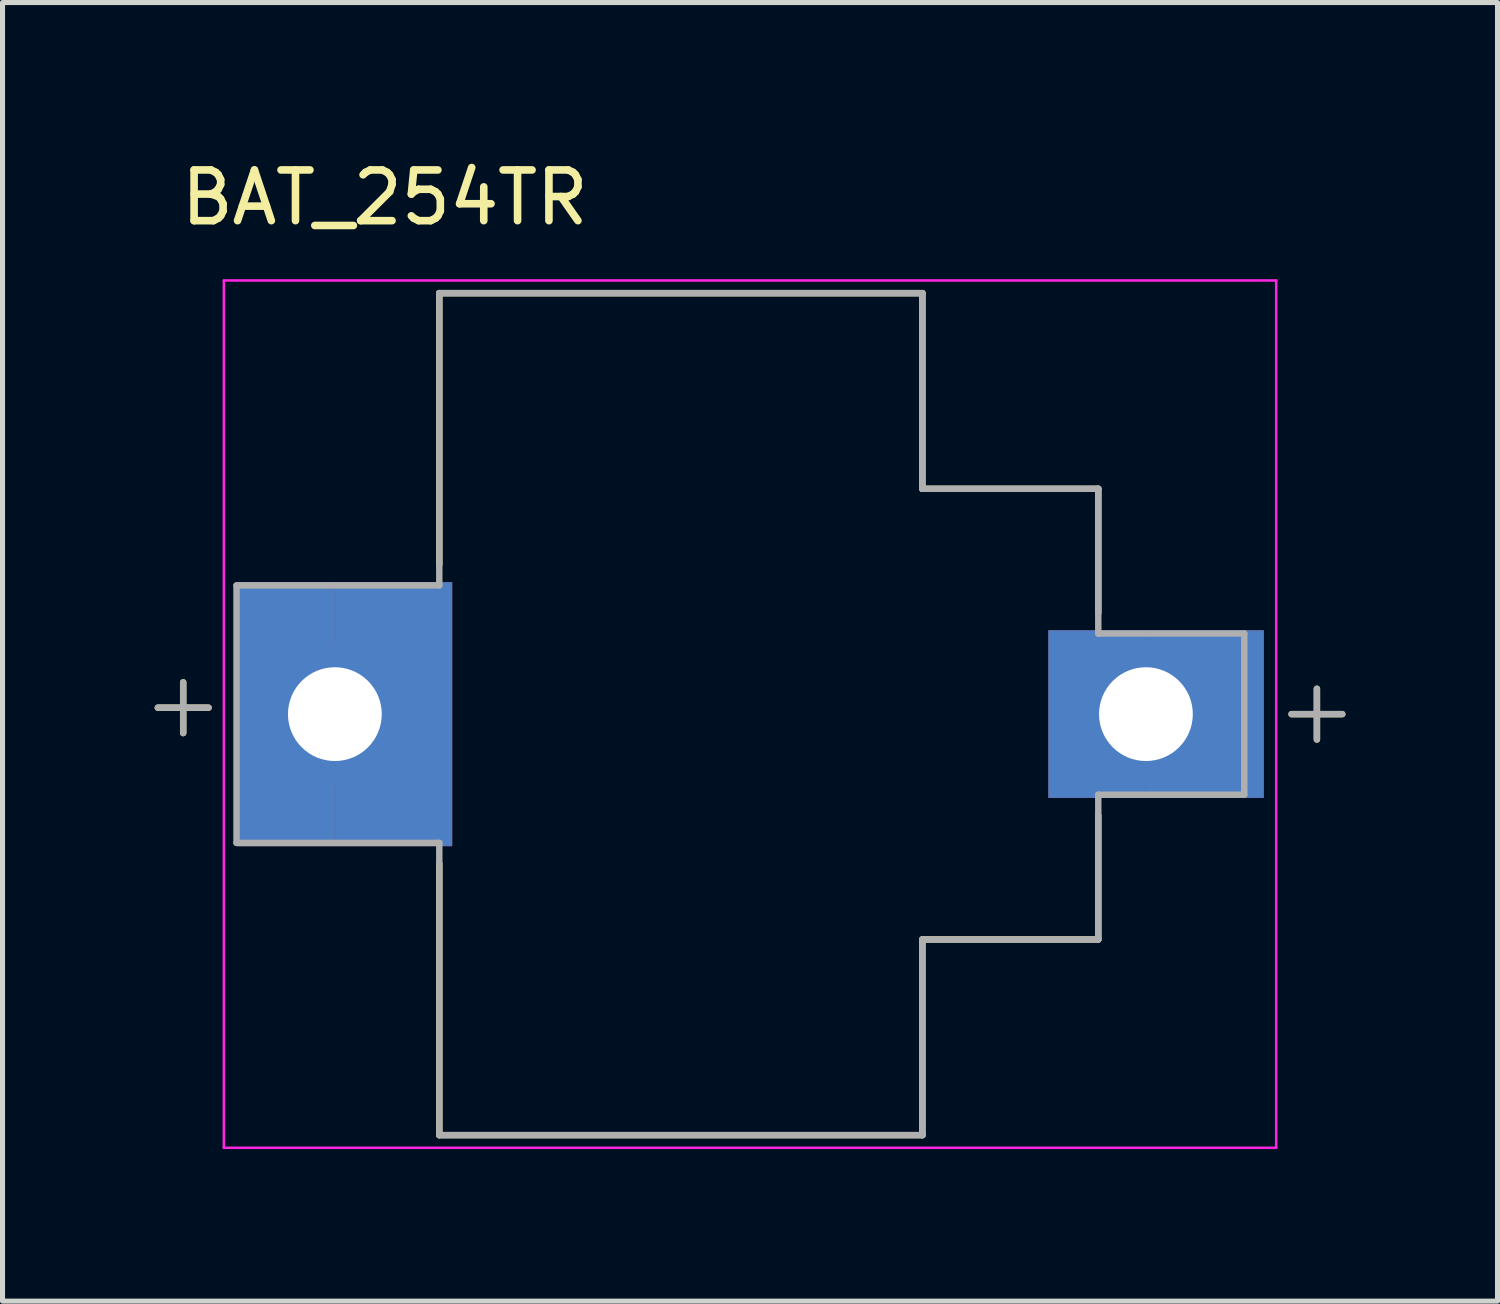
<source format=kicad_pcb>
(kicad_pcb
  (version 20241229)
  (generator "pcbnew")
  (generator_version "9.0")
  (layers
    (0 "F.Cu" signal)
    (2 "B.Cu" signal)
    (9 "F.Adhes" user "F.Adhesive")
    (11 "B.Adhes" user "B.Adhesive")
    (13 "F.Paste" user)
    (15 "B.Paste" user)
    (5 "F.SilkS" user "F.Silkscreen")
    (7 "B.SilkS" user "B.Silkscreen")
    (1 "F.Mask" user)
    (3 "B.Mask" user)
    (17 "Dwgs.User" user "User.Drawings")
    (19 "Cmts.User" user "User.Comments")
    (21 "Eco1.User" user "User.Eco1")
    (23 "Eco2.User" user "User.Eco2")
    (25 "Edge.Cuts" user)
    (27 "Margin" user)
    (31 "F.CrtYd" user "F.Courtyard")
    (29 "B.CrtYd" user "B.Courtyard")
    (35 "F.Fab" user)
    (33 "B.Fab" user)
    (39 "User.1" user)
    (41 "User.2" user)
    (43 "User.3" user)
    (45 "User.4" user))
  (footprint "BAT_254TR"
    (layer "F.Cu")
    (at 11.556 11.038)
    (property "Reference" "BAT_254TR" (at -7.015 -10.19 0) (layer "F.SilkS") (effects (font (size 1 1) (thickness 0.15))))
    (attr through_hole)
    (fp_poly (pts (xy -8 0.925) (xy -8 2.6) (xy -9.93 2.6) (xy -9.93 -2.6) (xy -8 -2.6) (xy -8 -0.925) (xy -8.048 -0.924) (xy -8.097 -0.92) (xy -8.145 -0.914) (xy -8.192 -0.905) (xy -8.239 -0.893) (xy -8.286 -0.88) (xy -8.331 -0.864) (xy -8.376 -0.845) (xy -8.42 -0.824) (xy -8.463 -0.801) (xy -8.504 -0.776) (xy -8.544 -0.748) (xy -8.582 -0.719) (xy -8.619 -0.687) (xy -8.654 -0.654) (xy -8.687 -0.619) (xy -8.719 -0.582) (xy -8.748 -0.544) (xy -8.776 -0.504) (xy -8.801 -0.462) (xy -8.824 -0.42) (xy -8.845 -0.376) (xy -8.864 -0.331) (xy -8.88 -0.286) (xy -8.893 -0.239) (xy -8.905 -0.192) (xy -8.914 -0.145) (xy -8.92 -0.097) (xy -8.924 -0.048) (xy -8.925 0) (xy -8.924 0.048) (xy -8.92 0.097) (xy -8.914 0.145) (xy -8.905 0.192) (xy -8.893 0.239) (xy -8.88 0.286) (xy -8.864 0.331) (xy -8.845 0.376) (xy -8.824 0.42) (xy -8.801 0.462) (xy -8.776 0.504) (xy -8.748 0.544) (xy -8.719 0.582) (xy -8.687 0.619) (xy -8.654 0.654) (xy -8.619 0.687) (xy -8.582 0.719) (xy -8.544 0.748) (xy -8.504 0.776) (xy -8.463 0.801) (xy -8.42 0.824) (xy -8.376 0.845) (xy -8.331 0.864) (xy -8.286 0.88) (xy -8.239 0.893) (xy -8.192 0.905) (xy -8.145 0.914) (xy -8.097 0.92) (xy -8.048 0.924) (xy -8 0.925)) (stroke (width 0.01) (type solid)) (fill yes) (layer "F.Cu"))
    (fp_poly (pts (xy 8 -0.925) (xy 8 -1.65) (xy 10.32 -1.65) (xy 10.32 1.65) (xy 8 1.65) (xy 8 0.925) (xy 8.048 0.924) (xy 8.097 0.92) (xy 8.145 0.914) (xy 8.192 0.905) (xy 8.239 0.893) (xy 8.286 0.88) (xy 8.331 0.864) (xy 8.376 0.845) (xy 8.42 0.824) (xy 8.463 0.801) (xy 8.504 0.776) (xy 8.544 0.748) (xy 8.582 0.719) (xy 8.619 0.687) (xy 8.654 0.654) (xy 8.687 0.619) (xy 8.719 0.582) (xy 8.748 0.544) (xy 8.776 0.504) (xy 8.801 0.462) (xy 8.824 0.42) (xy 8.845 0.376) (xy 8.864 0.331) (xy 8.88 0.286) (xy 8.893 0.239) (xy 8.905 0.192) (xy 8.914 0.145) (xy 8.92 0.097) (xy 8.924 0.048) (xy 8.925 0) (xy 8.924 -0.048) (xy 8.92 -0.097) (xy 8.914 -0.145) (xy 8.905 -0.192) (xy 8.893 -0.239) (xy 8.88 -0.286) (xy 8.864 -0.331) (xy 8.845 -0.376) (xy 8.824 -0.42) (xy 8.801 -0.462) (xy 8.776 -0.504) (xy 8.748 -0.544) (xy 8.719 -0.582) (xy 8.687 -0.619) (xy 8.654 -0.654) (xy 8.619 -0.687) (xy 8.582 -0.719) (xy 8.544 -0.748) (xy 8.504 -0.776) (xy 8.463 -0.801) (xy 8.42 -0.824) (xy 8.376 -0.845) (xy 8.331 -0.864) (xy 8.286 -0.88) (xy 8.239 -0.893) (xy 8.192 -0.905) (xy 8.145 -0.914) (xy 8.097 -0.92) (xy 8.048 -0.924) (xy 8 -0.925)) (stroke (width 0.01) (type solid)) (fill yes) (layer "F.Cu"))
    (fp_poly (pts (xy -7.995 -0.925) (xy -7.995 -2.6) (xy -5.69 -2.6) (xy -5.69 2.6) (xy -7.995 2.6) (xy -7.995 0.925) (xy -7.947 0.924) (xy -7.899 0.92) (xy -7.851 0.914) (xy -7.804 0.905) (xy -7.757 0.894) (xy -7.711 0.88) (xy -7.665 0.864) (xy -7.621 0.845) (xy -7.577 0.825) (xy -7.535 0.802) (xy -7.494 0.777) (xy -7.454 0.749) (xy -7.416 0.72) (xy -7.379 0.689) (xy -7.344 0.656) (xy -7.311 0.621) (xy -7.28 0.584) (xy -7.251 0.546) (xy -7.223 0.506) (xy -7.198 0.465) (xy -7.175 0.423) (xy -7.155 0.379) (xy -7.136 0.335) (xy -7.12 0.289) (xy -7.106 0.243) (xy -7.095 0.196) (xy -7.086 0.149) (xy -7.08 0.101) (xy -7.076 0.053) (xy -7.075 0.005) (xy -7.075 -0.005) (xy -7.076 -0.053) (xy -7.08 -0.101) (xy -7.086 -0.149) (xy -7.095 -0.196) (xy -7.106 -0.243) (xy -7.12 -0.289) (xy -7.136 -0.335) (xy -7.155 -0.379) (xy -7.175 -0.423) (xy -7.198 -0.465) (xy -7.223 -0.506) (xy -7.251 -0.546) (xy -7.28 -0.584) (xy -7.311 -0.621) (xy -7.344 -0.656) (xy -7.379 -0.689) (xy -7.416 -0.72) (xy -7.454 -0.749) (xy -7.494 -0.777) (xy -7.535 -0.802) (xy -7.577 -0.825) (xy -7.621 -0.845) (xy -7.665 -0.864) (xy -7.711 -0.88) (xy -7.757 -0.894) (xy -7.804 -0.905) (xy -7.851 -0.914) (xy -7.899 -0.92) (xy -7.947 -0.924) (xy -7.995 -0.925)) (stroke (width 0.01) (type solid)) (fill yes) (layer "F.Cu"))
    (fp_poly (pts (xy 7.995 0.925) (xy 7.995 1.65) (xy 6.08 1.65) (xy 6.08 -1.65) (xy 7.995 -1.65) (xy 7.995 -0.925) (xy 7.947 -0.924) (xy 7.899 -0.92) (xy 7.851 -0.914) (xy 7.804 -0.905) (xy 7.757 -0.894) (xy 7.711 -0.88) (xy 7.665 -0.864) (xy 7.621 -0.845) (xy 7.577 -0.825) (xy 7.535 -0.802) (xy 7.494 -0.777) (xy 7.454 -0.749) (xy 7.416 -0.72) (xy 7.379 -0.689) (xy 7.344 -0.656) (xy 7.311 -0.621) (xy 7.28 -0.584) (xy 7.251 -0.546) (xy 7.223 -0.506) (xy 7.198 -0.465) (xy 7.175 -0.423) (xy 7.155 -0.379) (xy 7.136 -0.335) (xy 7.12 -0.289) (xy 7.106 -0.243) (xy 7.095 -0.196) (xy 7.086 -0.149) (xy 7.08 -0.101) (xy 7.076 -0.053) (xy 7.075 -0.005) (xy 7.075 0.005) (xy 7.076 0.053) (xy 7.08 0.101) (xy 7.086 0.149) (xy 7.095 0.196) (xy 7.106 0.243) (xy 7.12 0.289) (xy 7.136 0.335) (xy 7.155 0.379) (xy 7.175 0.423) (xy 7.198 0.465) (xy 7.223 0.506) (xy 7.251 0.546) (xy 7.28 0.584) (xy 7.311 0.621) (xy 7.344 0.656) (xy 7.379 0.689) (xy 7.416 0.72) (xy 7.454 0.749) (xy 7.494 0.777) (xy 7.535 0.802) (xy 7.577 0.825) (xy 7.621 0.845) (xy 7.665 0.864) (xy 7.711 0.88) (xy 7.757 0.894) (xy 7.804 0.905) (xy 7.851 0.914) (xy 7.899 0.92) (xy 7.947 0.924) (xy 7.995 0.925)) (stroke (width 0.01) (type solid)) (fill yes) (layer "F.Cu"))
    (fp_poly (pts (xy -10.03 -2.7) (xy -5.59 -2.7) (xy -5.59 2.7) (xy -10.03 2.7)) (stroke (width 0.01) (type solid)) (fill yes) (layer "F.Mask"))
    (fp_poly (pts (xy 5.98 -1.75) (xy 10.42 -1.75) (xy 10.42 1.75) (xy 5.98 1.75)) (stroke (width 0.01) (type solid)) (fill yes) (layer "F.Mask"))
    (fp_poly (pts (xy -8 0.925) (xy -8 2.6) (xy -9.93 2.6) (xy -9.93 -2.6) (xy -8 -2.6) (xy -8 -0.925) (xy -8.048 -0.924) (xy -8.097 -0.92) (xy -8.145 -0.914) (xy -8.192 -0.905) (xy -8.239 -0.893) (xy -8.286 -0.88) (xy -8.331 -0.864) (xy -8.376 -0.845) (xy -8.42 -0.824) (xy -8.463 -0.801) (xy -8.504 -0.776) (xy -8.544 -0.748) (xy -8.582 -0.719) (xy -8.619 -0.687) (xy -8.654 -0.654) (xy -8.687 -0.619) (xy -8.719 -0.582) (xy -8.748 -0.544) (xy -8.776 -0.504) (xy -8.801 -0.462) (xy -8.824 -0.42) (xy -8.845 -0.376) (xy -8.864 -0.331) (xy -8.88 -0.286) (xy -8.893 -0.239) (xy -8.905 -0.192) (xy -8.914 -0.145) (xy -8.92 -0.097) (xy -8.924 -0.048) (xy -8.925 0) (xy -8.924 0.048) (xy -8.92 0.097) (xy -8.914 0.145) (xy -8.905 0.192) (xy -8.893 0.239) (xy -8.88 0.286) (xy -8.864 0.331) (xy -8.845 0.376) (xy -8.824 0.42) (xy -8.801 0.462) (xy -8.776 0.504) (xy -8.748 0.544) (xy -8.719 0.582) (xy -8.687 0.619) (xy -8.654 0.654) (xy -8.619 0.687) (xy -8.582 0.719) (xy -8.544 0.748) (xy -8.504 0.776) (xy -8.463 0.801) (xy -8.42 0.824) (xy -8.376 0.845) (xy -8.331 0.864) (xy -8.286 0.88) (xy -8.239 0.893) (xy -8.192 0.905) (xy -8.145 0.914) (xy -8.097 0.92) (xy -8.048 0.924) (xy -8 0.925)) (stroke (width 0.01) (type solid)) (fill yes) (layer "B.Cu"))
    (fp_poly (pts (xy 8 -0.925) (xy 8 -1.65) (xy 10.32 -1.65) (xy 10.32 1.65) (xy 8 1.65) (xy 8 0.925) (xy 8.048 0.924) (xy 8.097 0.92) (xy 8.145 0.914) (xy 8.192 0.905) (xy 8.239 0.893) (xy 8.286 0.88) (xy 8.331 0.864) (xy 8.376 0.845) (xy 8.42 0.824) (xy 8.463 0.801) (xy 8.504 0.776) (xy 8.544 0.748) (xy 8.582 0.719) (xy 8.619 0.687) (xy 8.654 0.654) (xy 8.687 0.619) (xy 8.719 0.582) (xy 8.748 0.544) (xy 8.776 0.504) (xy 8.801 0.462) (xy 8.824 0.42) (xy 8.845 0.376) (xy 8.864 0.331) (xy 8.88 0.286) (xy 8.893 0.239) (xy 8.905 0.192) (xy 8.914 0.145) (xy 8.92 0.097) (xy 8.924 0.048) (xy 8.925 0) (xy 8.924 -0.048) (xy 8.92 -0.097) (xy 8.914 -0.145) (xy 8.905 -0.192) (xy 8.893 -0.239) (xy 8.88 -0.286) (xy 8.864 -0.331) (xy 8.845 -0.376) (xy 8.824 -0.42) (xy 8.801 -0.462) (xy 8.776 -0.504) (xy 8.748 -0.544) (xy 8.719 -0.582) (xy 8.687 -0.619) (xy 8.654 -0.654) (xy 8.619 -0.687) (xy 8.582 -0.719) (xy 8.544 -0.748) (xy 8.504 -0.776) (xy 8.463 -0.801) (xy 8.42 -0.824) (xy 8.376 -0.845) (xy 8.331 -0.864) (xy 8.286 -0.88) (xy 8.239 -0.893) (xy 8.192 -0.905) (xy 8.145 -0.914) (xy 8.097 -0.92) (xy 8.048 -0.924) (xy 8 -0.925)) (stroke (width 0.01) (type solid)) (fill yes) (layer "B.Cu"))
    (fp_poly (pts (xy -7.995 -0.925) (xy -7.995 -2.6) (xy -5.69 -2.6) (xy -5.69 2.6) (xy -7.995 2.6) (xy -7.995 0.925) (xy -7.947 0.924) (xy -7.899 0.92) (xy -7.851 0.914) (xy -7.804 0.905) (xy -7.757 0.894) (xy -7.711 0.88) (xy -7.665 0.864) (xy -7.621 0.845) (xy -7.577 0.825) (xy -7.535 0.802) (xy -7.494 0.777) (xy -7.454 0.749) (xy -7.416 0.72) (xy -7.379 0.689) (xy -7.344 0.656) (xy -7.311 0.621) (xy -7.28 0.584) (xy -7.251 0.546) (xy -7.223 0.506) (xy -7.198 0.465) (xy -7.175 0.423) (xy -7.155 0.379) (xy -7.136 0.335) (xy -7.12 0.289) (xy -7.106 0.243) (xy -7.095 0.196) (xy -7.086 0.149) (xy -7.08 0.101) (xy -7.076 0.053) (xy -7.075 0.005) (xy -7.075 -0.005) (xy -7.076 -0.053) (xy -7.08 -0.101) (xy -7.086 -0.149) (xy -7.095 -0.196) (xy -7.106 -0.243) (xy -7.12 -0.289) (xy -7.136 -0.335) (xy -7.155 -0.379) (xy -7.175 -0.423) (xy -7.198 -0.465) (xy -7.223 -0.506) (xy -7.251 -0.546) (xy -7.28 -0.584) (xy -7.311 -0.621) (xy -7.344 -0.656) (xy -7.379 -0.689) (xy -7.416 -0.72) (xy -7.454 -0.749) (xy -7.494 -0.777) (xy -7.535 -0.802) (xy -7.577 -0.825) (xy -7.621 -0.845) (xy -7.665 -0.864) (xy -7.711 -0.88) (xy -7.757 -0.894) (xy -7.804 -0.905) (xy -7.851 -0.914) (xy -7.899 -0.92) (xy -7.947 -0.924) (xy -7.995 -0.925)) (stroke (width 0.01) (type solid)) (fill yes) (layer "B.Cu"))
    (fp_poly (pts (xy 7.995 0.925) (xy 7.995 1.65) (xy 6.08 1.65) (xy 6.08 -1.65) (xy 7.995 -1.65) (xy 7.995 -0.925) (xy 7.947 -0.924) (xy 7.899 -0.92) (xy 7.851 -0.914) (xy 7.804 -0.905) (xy 7.757 -0.894) (xy 7.711 -0.88) (xy 7.665 -0.864) (xy 7.621 -0.845) (xy 7.577 -0.825) (xy 7.535 -0.802) (xy 7.494 -0.777) (xy 7.454 -0.749) (xy 7.416 -0.72) (xy 7.379 -0.689) (xy 7.344 -0.656) (xy 7.311 -0.621) (xy 7.28 -0.584) (xy 7.251 -0.546) (xy 7.223 -0.506) (xy 7.198 -0.465) (xy 7.175 -0.423) (xy 7.155 -0.379) (xy 7.136 -0.335) (xy 7.12 -0.289) (xy 7.106 -0.243) (xy 7.095 -0.196) (xy 7.086 -0.149) (xy 7.08 -0.101) (xy 7.076 -0.053) (xy 7.075 -0.005) (xy 7.075 0.005) (xy 7.076 0.053) (xy 7.08 0.101) (xy 7.086 0.149) (xy 7.095 0.196) (xy 7.106 0.243) (xy 7.12 0.289) (xy 7.136 0.335) (xy 7.155 0.379) (xy 7.175 0.423) (xy 7.198 0.465) (xy 7.223 0.506) (xy 7.251 0.546) (xy 7.28 0.584) (xy 7.311 0.621) (xy 7.344 0.656) (xy 7.379 0.689) (xy 7.416 0.72) (xy 7.454 0.749) (xy 7.494 0.777) (xy 7.535 0.802) (xy 7.577 0.825) (xy 7.621 0.845) (xy 7.665 0.864) (xy 7.711 0.88) (xy 7.757 0.894) (xy 7.804 0.905) (xy 7.851 0.914) (xy 7.899 0.92) (xy 7.947 0.924) (xy 7.995 0.925)) (stroke (width 0.01) (type solid)) (fill yes) (layer "B.Cu"))
    (fp_poly (pts (xy -10.03 -2.7) (xy -5.59 -2.7) (xy -5.59 2.7) (xy -10.03 2.7)) (stroke (width 0.01) (type solid)) (fill yes) (layer "B.Mask"))
    (fp_poly (pts (xy 5.98 -1.75) (xy 10.42 -1.75) (xy 10.42 1.75) (xy 5.98 1.75)) (stroke (width 0.01) (type solid)) (fill yes) (layer "B.Mask"))
    (fp_line (start -10.992 -0.627) (end -10.992 0.373) (stroke (width 0.127) (type solid)) (layer "F.SilkS"))
    (fp_line (start -10.492 -0.127) (end -11.492 -0.127) (stroke (width 0.127) (type solid)) (layer "F.SilkS"))
    (fp_line (start -5.94 -8.305) (end 3.59 -8.305) (stroke (width 0.127) (type solid)) (layer "F.SilkS"))
    (fp_line (start -5.94 -2.95) (end -5.94 -8.305) (stroke (width 0.127) (type solid)) (layer "F.SilkS"))
    (fp_line (start -5.94 8.305) (end -5.94 2.95) (stroke (width 0.127) (type solid)) (layer "F.SilkS"))
    (fp_line (start 3.59 -8.305) (end 3.59 -4.445) (stroke (width 0.127) (type solid)) (layer "F.SilkS"))
    (fp_line (start 3.59 -4.445) (end 7.06 -4.445) (stroke (width 0.127) (type solid)) (layer "F.SilkS"))
    (fp_line (start 3.59 4.445) (end 3.59 8.305) (stroke (width 0.127) (type solid)) (layer "F.SilkS"))
    (fp_line (start 3.59 8.305) (end -5.94 8.305) (stroke (width 0.127) (type solid)) (layer "F.SilkS"))
    (fp_line (start 7.06 -4.445) (end 7.06 -2) (stroke (width 0.127) (type solid)) (layer "F.SilkS"))
    (fp_line (start 7.06 2) (end 7.06 4.445) (stroke (width 0.127) (type solid)) (layer "F.SilkS"))
    (fp_line (start 7.06 4.445) (end 3.59 4.445) (stroke (width 0.127) (type solid)) (layer "F.SilkS"))
    (fp_line (start 10.873 0) (end 11.873 0) (stroke (width 0.127) (type solid)) (layer "F.SilkS"))
    (fp_line (start 11.373 -0.5) (end 11.373 0.5) (stroke (width 0.127) (type solid)) (layer "F.SilkS"))
    (fp_line (start -10.19 -8.555) (end -10.19 8.555) (stroke (width 0.05) (type solid)) (layer "F.CrtYd"))
    (fp_line (start -10.19 8.555) (end 10.57 8.555) (stroke (width 0.05) (type solid)) (layer "F.CrtYd"))
    (fp_line (start 10.57 -8.555) (end -10.19 -8.555) (stroke (width 0.05) (type solid)) (layer "F.CrtYd"))
    (fp_line (start 10.57 8.555) (end 10.57 -8.555) (stroke (width 0.05) (type solid)) (layer "F.CrtYd"))
    (fp_line (start -11.492 -0.127) (end -10.492 -0.127) (stroke (width 0.127) (type solid)) (layer "F.Fab"))
    (fp_line (start -10.992 -0.627) (end -10.992 0.373) (stroke (width 0.127) (type solid)) (layer "F.Fab"))
    (fp_line (start -9.94 -2.54) (end -5.94 -2.54) (stroke (width 0.127) (type solid)) (layer "F.Fab"))
    (fp_line (start -9.94 2.54) (end -9.94 -2.54) (stroke (width 0.127) (type solid)) (layer "F.Fab"))
    (fp_line (start -5.94 -8.305) (end 3.59 -8.305) (stroke (width 0.127) (type solid)) (layer "F.Fab"))
    (fp_line (start -5.94 -2.54) (end -5.94 -8.305) (stroke (width 0.127) (type solid)) (layer "F.Fab"))
    (fp_line (start -5.94 2.54) (end -9.94 2.54) (stroke (width 0.127) (type solid)) (layer "F.Fab"))
    (fp_line (start -5.94 8.305) (end -5.94 2.54) (stroke (width 0.127) (type solid)) (layer "F.Fab"))
    (fp_line (start 3.59 -8.305) (end 3.59 -4.445) (stroke (width 0.127) (type solid)) (layer "F.Fab"))
    (fp_line (start 3.59 -4.445) (end 7.06 -4.445) (stroke (width 0.127) (type solid)) (layer "F.Fab"))
    (fp_line (start 3.59 4.445) (end 3.59 8.305) (stroke (width 0.127) (type solid)) (layer "F.Fab"))
    (fp_line (start 3.59 8.305) (end -5.94 8.305) (stroke (width 0.127) (type solid)) (layer "F.Fab"))
    (fp_line (start 7.06 -4.445) (end 7.06 -1.59) (stroke (width 0.127) (type solid)) (layer "F.Fab"))
    (fp_line (start 7.06 -1.59) (end 9.94 -1.59) (stroke (width 0.127) (type solid)) (layer "F.Fab"))
    (fp_line (start 7.06 1.59) (end 7.06 4.445) (stroke (width 0.127) (type solid)) (layer "F.Fab"))
    (fp_line (start 7.06 4.445) (end 3.59 4.445) (stroke (width 0.127) (type solid)) (layer "F.Fab"))
    (fp_line (start 9.94 -1.59) (end 9.94 1.59) (stroke (width 0.127) (type solid)) (layer "F.Fab"))
    (fp_line (start 9.94 1.59) (end 7.06 1.59) (stroke (width 0.127) (type solid)) (layer "F.Fab"))
    (fp_line (start 10.873 0) (end 11.873 0) (stroke (width 0.127) (type solid)) (layer "F.Fab"))
    (fp_line (start 11.373 -0.5) (end 11.373 0.5) (stroke (width 0.127) (type solid)) (layer "F.Fab"))
    (pad "P1_1" thru_hole circle (at -8 0) (size 2.775 2.775) (drill 1.85) (layers "*.Cu"))
    (pad "P1_2" thru_hole circle (at 8 0) (size 2.775 2.775) (drill 1.85) (layers "*.Cu")))
  (gr_rect
    (start -3 -3)
    (end 26.492 22.618)
    (stroke (width 0.1) (type default))
    (fill no)
    (layer "Edge.Cuts")))
</source>
